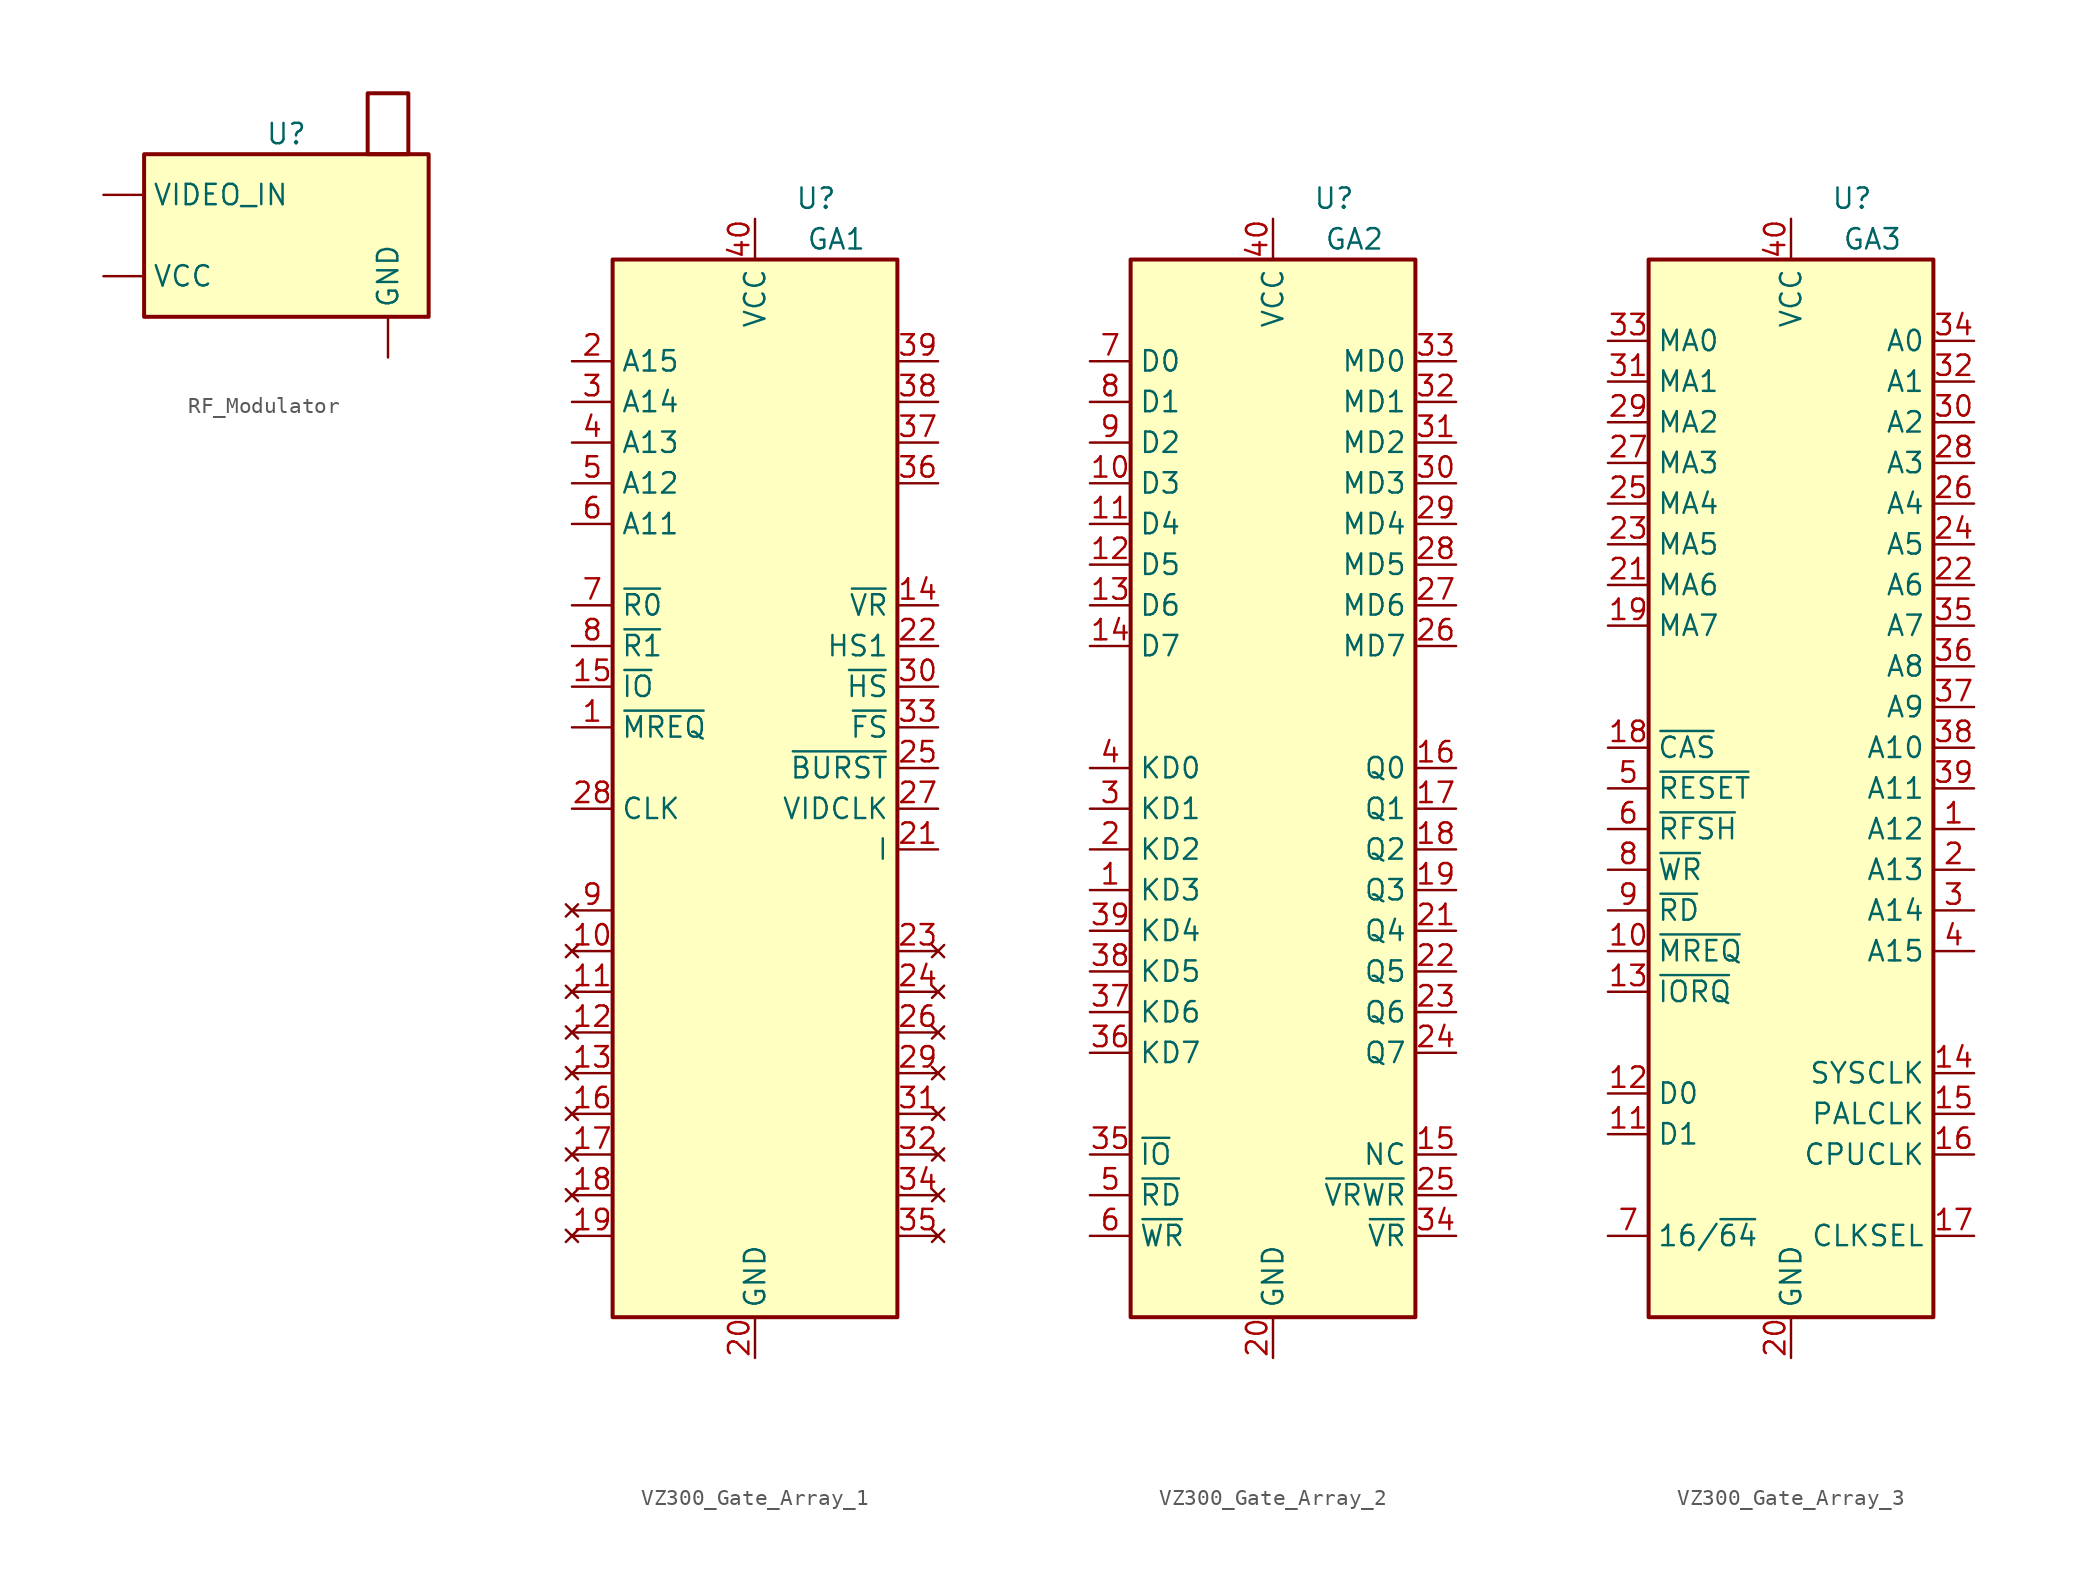
<source format=kicad_sym>
(kicad_symbol_lib
  (version 20220914)
  (generator kicad_symbol_editor)
  (symbol "RF_Modulator"
    (property "Reference" "U"
      (at 0 0 0)
      (effects (font (size 1.27 1.27))))
    (property "Value" ""
      (at 0 0 0)
      (effects (font (size 1.27 1.27))))
    (symbol "RF_Modulator_1_1"
      (rectangle (start -8.89 -1.27) (end 8.89 -11.43) (stroke (width 0.25) (type default)) (fill (type background)))
      (rectangle (start 5.08 2.54) (end 7.62 -1.27) (stroke (width 0.25) (type default)) (fill (type none)))
      (pin input line (at 6.35 -13.97 90) (length 2.54) (name "GND" (effects (font (size 1.27 1.27)))) (number "" (effects (font (size 1.27 1.27)))))
      (pin input line (at -11.43 -8.89 0) (length 2.54) (name "VCC" (effects (font (size 1.27 1.27)))) (number "" (effects (font (size 1.27 1.27)))))
      (pin input line (at -11.43 -3.81 0) (length 2.54) (name "VIDEO_IN" (effects (font (size 1.27 1.27)))) (number "" (effects (font (size 1.27 1.27)))))))
  (symbol "VZ300_Gate_Array_1"
    (property "Reference" "U"
      (at 3.81 3.81 0)
      (effects (font (size 1.27 1.27))))
    (property "Value" "GA1"
      (at 5.08 1.27 0)
      (effects (font (size 1.27 1.27))))
    (symbol "VZ300_Gate_Array_1_1_1"
      (rectangle (start -8.89 0) (end 8.89 -66.04) (stroke (width 0.25) (type default)) (fill (type background)))
      (pin input line (at -11.43 -29.21 0) (length 2.54) (name "~{MREQ}" (effects (font (size 1.27 1.27)))) (number "1" (effects (font (size 1.27 1.27)))))
      (pin no_connect line (at -11.43 -43.18 0) (length 2.54) (name "" (effects (font (size 1.27 1.27)))) (number "10" (effects (font (size 1.27 1.27)))))
      (pin no_connect line (at -11.43 -45.72 0) (length 2.54) (name "" (effects (font (size 1.27 1.27)))) (number "11" (effects (font (size 1.27 1.27)))))
      (pin no_connect line (at -11.43 -48.26 0) (length 2.54) (name "" (effects (font (size 1.27 1.27)))) (number "12" (effects (font (size 1.27 1.27)))))
      (pin no_connect line (at -11.43 -50.8 0) (length 2.54) (name "" (effects (font (size 1.27 1.27)))) (number "13" (effects (font (size 1.27 1.27)))))
      (pin input line (at 11.43 -21.59 180) (length 2.54) (name "~{VR}" (effects (font (size 1.27 1.27)))) (number "14" (effects (font (size 1.27 1.27)))))
      (pin output line (at -11.43 -26.67 0) (length 2.54) (name "~{IO}" (effects (font (size 1.27 1.27)))) (number "15" (effects (font (size 1.27 1.27)))))
      (pin no_connect line (at -11.43 -53.34 0) (length 2.54) (name "" (effects (font (size 1.27 1.27)))) (number "16" (effects (font (size 1.27 1.27)))))
      (pin no_connect line (at -11.43 -55.88 0) (length 2.54) (name "" (effects (font (size 1.27 1.27)))) (number "17" (effects (font (size 1.27 1.27)))))
      (pin no_connect line (at -11.43 -58.42 0) (length 2.54) (name "" (effects (font (size 1.27 1.27)))) (number "18" (effects (font (size 1.27 1.27)))))
      (pin no_connect line (at -11.43 -60.96 0) (length 2.54) (name "" (effects (font (size 1.27 1.27)))) (number "19" (effects (font (size 1.27 1.27)))))
      (pin input line (at -11.43 -6.35 0) (length 2.54) (name "A15" (effects (font (size 1.27 1.27)))) (number "2" (effects (font (size 1.27 1.27)))))
      (pin power_in line (at 0 -68.58 90) (length 2.54) (name "GND" (effects (font (size 1.27 1.27)))) (number "20" (effects (font (size 1.27 1.27)))))
      (pin input line (at 11.43 -36.83 180) (length 2.54) (name "I" (effects (font (size 1.27 1.27)))) (number "21" (effects (font (size 1.27 1.27)))))
      (pin input line (at 11.43 -24.13 180) (length 2.54) (name "HS1" (effects (font (size 1.27 1.27)))) (number "22" (effects (font (size 1.27 1.27)))))
      (pin no_connect line (at 11.43 -43.18 180) (length 2.54) (name "" (effects (font (size 1.27 1.27)))) (number "23" (effects (font (size 1.27 1.27)))))
      (pin no_connect line (at 11.43 -45.72 180) (length 2.54) (name "" (effects (font (size 1.27 1.27)))) (number "24" (effects (font (size 1.27 1.27)))))
      (pin input line (at 11.43 -31.75 180) (length 2.54) (name "~{BURST}" (effects (font (size 1.27 1.27)))) (number "25" (effects (font (size 1.27 1.27)))))
      (pin no_connect line (at 11.43 -48.26 180) (length 2.54) (name "" (effects (font (size 1.27 1.27)))) (number "26" (effects (font (size 1.27 1.27)))))
      (pin output line (at 11.43 -34.29 180) (length 2.54) (name "VIDCLK" (effects (font (size 1.27 1.27)))) (number "27" (effects (font (size 1.27 1.27)))))
      (pin input line (at -11.43 -34.29 0) (length 2.54) (name "CLK" (effects (font (size 1.27 1.27)))) (number "28" (effects (font (size 1.27 1.27)))))
      (pin no_connect line (at 11.43 -50.8 180) (length 2.54) (name "" (effects (font (size 1.27 1.27)))) (number "29" (effects (font (size 1.27 1.27)))))
      (pin input line (at -11.43 -8.89 0) (length 2.54) (name "A14" (effects (font (size 1.27 1.27)))) (number "3" (effects (font (size 1.27 1.27)))))
      (pin input line (at 11.43 -26.67 180) (length 2.54) (name "~{HS}" (effects (font (size 1.27 1.27)))) (number "30" (effects (font (size 1.27 1.27)))))
      (pin no_connect line (at 11.43 -53.34 180) (length 2.54) (name "" (effects (font (size 1.27 1.27)))) (number "31" (effects (font (size 1.27 1.27)))))
      (pin no_connect line (at 11.43 -55.88 180) (length 2.54) (name "" (effects (font (size 1.27 1.27)))) (number "32" (effects (font (size 1.27 1.27)))))
      (pin input line (at 11.43 -29.21 180) (length 2.54) (name "~{FS}" (effects (font (size 1.27 1.27)))) (number "33" (effects (font (size 1.27 1.27)))))
      (pin no_connect line (at 11.43 -58.42 180) (length 2.54) (name "" (effects (font (size 1.27 1.27)))) (number "34" (effects (font (size 1.27 1.27)))))
      (pin no_connect line (at 11.43 -60.96 180) (length 2.54) (name "" (effects (font (size 1.27 1.27)))) (number "35" (effects (font (size 1.27 1.27)))))
      (pin input line (at 11.43 -13.97 180) (length 2.54) (name "" (effects (font (size 1.27 1.27)))) (number "36" (effects (font (size 1.27 1.27)))))
      (pin input line (at 11.43 -11.43 180) (length 2.54) (name "" (effects (font (size 1.27 1.27)))) (number "37" (effects (font (size 1.27 1.27)))))
      (pin input line (at 11.43 -8.89 180) (length 2.54) (name "" (effects (font (size 1.27 1.27)))) (number "38" (effects (font (size 1.27 1.27)))))
      (pin input line (at 11.43 -6.35 180) (length 2.54) (name "" (effects (font (size 1.27 1.27)))) (number "39" (effects (font (size 1.27 1.27)))))
      (pin input line (at -11.43 -11.43 0) (length 2.54) (name "A13" (effects (font (size 1.27 1.27)))) (number "4" (effects (font (size 1.27 1.27)))))
      (pin power_in line (at 0 2.54 270) (length 2.54) (name "VCC" (effects (font (size 1.27 1.27)))) (number "40" (effects (font (size 1.27 1.27)))))
      (pin input line (at -11.43 -13.97 0) (length 2.54) (name "A12" (effects (font (size 1.27 1.27)))) (number "5" (effects (font (size 1.27 1.27)))))
      (pin input line (at -11.43 -16.51 0) (length 2.54) (name "A11" (effects (font (size 1.27 1.27)))) (number "6" (effects (font (size 1.27 1.27)))))
      (pin output line (at -11.43 -21.59 0) (length 2.54) (name "~{R0}" (effects (font (size 1.27 1.27)))) (number "7" (effects (font (size 1.27 1.27)))))
      (pin output line (at -11.43 -24.13 0) (length 2.54) (name "~{R1}" (effects (font (size 1.27 1.27)))) (number "8" (effects (font (size 1.27 1.27)))))
      (pin no_connect line (at -11.43 -40.64 0) (length 2.54) (name "" (effects (font (size 1.27 1.27)))) (number "9" (effects (font (size 1.27 1.27)))))))
  (symbol "VZ300_Gate_Array_2"
    (property "Reference" "U"
      (at 3.81 3.81 0)
      (effects (font (size 1.27 1.27))))
    (property "Value" "GA2"
      (at 5.08 1.27 0)
      (effects (font (size 1.27 1.27))))
    (symbol "VZ300_Gate_Array_2_1_1"
      (rectangle (start -8.89 0) (end 8.89 -66.04) (stroke (width 0.25) (type default)) (fill (type background)))
      (pin input line (at -11.43 -39.37 0) (length 2.54) (name "KD3" (effects (font (size 1.27 1.27)))) (number "1" (effects (font (size 1.27 1.27)))))
      (pin bidirectional line (at -11.43 -13.97 0) (length 2.54) (name "D3" (effects (font (size 1.27 1.27)))) (number "10" (effects (font (size 1.27 1.27)))))
      (pin bidirectional line (at -11.43 -16.51 0) (length 2.54) (name "D4" (effects (font (size 1.27 1.27)))) (number "11" (effects (font (size 1.27 1.27)))))
      (pin bidirectional line (at -11.43 -19.05 0) (length 2.54) (name "D5" (effects (font (size 1.27 1.27)))) (number "12" (effects (font (size 1.27 1.27)))))
      (pin bidirectional line (at -11.43 -21.59 0) (length 2.54) (name "D6" (effects (font (size 1.27 1.27)))) (number "13" (effects (font (size 1.27 1.27)))))
      (pin bidirectional line (at -11.43 -24.13 0) (length 2.54) (name "D7" (effects (font (size 1.27 1.27)))) (number "14" (effects (font (size 1.27 1.27)))))
      (pin output line (at 11.43 -55.88 180) (length 2.54) (name "NC" (effects (font (size 1.27 1.27)))) (number "15" (effects (font (size 1.27 1.27)))))
      (pin output line (at 11.43 -31.75 180) (length 2.54) (name "Q0" (effects (font (size 1.27 1.27)))) (number "16" (effects (font (size 1.27 1.27)))))
      (pin output line (at 11.43 -34.29 180) (length 2.54) (name "Q1" (effects (font (size 1.27 1.27)))) (number "17" (effects (font (size 1.27 1.27)))))
      (pin output line (at 11.43 -36.83 180) (length 2.54) (name "Q2" (effects (font (size 1.27 1.27)))) (number "18" (effects (font (size 1.27 1.27)))))
      (pin output line (at 11.43 -39.37 180) (length 2.54) (name "Q3" (effects (font (size 1.27 1.27)))) (number "19" (effects (font (size 1.27 1.27)))))
      (pin input line (at -11.43 -36.83 0) (length 2.54) (name "KD2" (effects (font (size 1.27 1.27)))) (number "2" (effects (font (size 1.27 1.27)))))
      (pin power_in line (at 0 -68.58 90) (length 2.54) (name "GND" (effects (font (size 1.27 1.27)))) (number "20" (effects (font (size 1.27 1.27)))))
      (pin output line (at 11.43 -41.91 180) (length 2.54) (name "Q4" (effects (font (size 1.27 1.27)))) (number "21" (effects (font (size 1.27 1.27)))))
      (pin output line (at 11.43 -44.45 180) (length 2.54) (name "Q5" (effects (font (size 1.27 1.27)))) (number "22" (effects (font (size 1.27 1.27)))))
      (pin output line (at 11.43 -46.99 180) (length 2.54) (name "Q6" (effects (font (size 1.27 1.27)))) (number "23" (effects (font (size 1.27 1.27)))))
      (pin output line (at 11.43 -49.53 180) (length 2.54) (name "Q7" (effects (font (size 1.27 1.27)))) (number "24" (effects (font (size 1.27 1.27)))))
      (pin output line (at 11.43 -58.42 180) (length 2.54) (name "~{VRWR}" (effects (font (size 1.27 1.27)))) (number "25" (effects (font (size 1.27 1.27)))))
      (pin bidirectional line (at 11.43 -24.13 180) (length 2.54) (name "MD7" (effects (font (size 1.27 1.27)))) (number "26" (effects (font (size 1.27 1.27)))))
      (pin bidirectional line (at 11.43 -21.59 180) (length 2.54) (name "MD6" (effects (font (size 1.27 1.27)))) (number "27" (effects (font (size 1.27 1.27)))))
      (pin bidirectional line (at 11.43 -19.05 180) (length 2.54) (name "MD5" (effects (font (size 1.27 1.27)))) (number "28" (effects (font (size 1.27 1.27)))))
      (pin bidirectional line (at 11.43 -16.51 180) (length 2.54) (name "MD4" (effects (font (size 1.27 1.27)))) (number "29" (effects (font (size 1.27 1.27)))))
      (pin input line (at -11.43 -34.29 0) (length 2.54) (name "KD1" (effects (font (size 1.27 1.27)))) (number "3" (effects (font (size 1.27 1.27)))))
      (pin bidirectional line (at 11.43 -13.97 180) (length 2.54) (name "MD3" (effects (font (size 1.27 1.27)))) (number "30" (effects (font (size 1.27 1.27)))))
      (pin bidirectional line (at 11.43 -11.43 180) (length 2.54) (name "MD2" (effects (font (size 1.27 1.27)))) (number "31" (effects (font (size 1.27 1.27)))))
      (pin bidirectional line (at 11.43 -8.89 180) (length 2.54) (name "MD1" (effects (font (size 1.27 1.27)))) (number "32" (effects (font (size 1.27 1.27)))))
      (pin bidirectional line (at 11.43 -6.35 180) (length 2.54) (name "MD0" (effects (font (size 1.27 1.27)))) (number "33" (effects (font (size 1.27 1.27)))))
      (pin output line (at 11.43 -60.96 180) (length 2.54) (name "~{VR}" (effects (font (size 1.27 1.27)))) (number "34" (effects (font (size 1.27 1.27)))))
      (pin output line (at -11.43 -55.88 0) (length 2.54) (name "~{IO}" (effects (font (size 1.27 1.27)))) (number "35" (effects (font (size 1.27 1.27)))))
      (pin input line (at -11.43 -49.53 0) (length 2.54) (name "KD7" (effects (font (size 1.27 1.27)))) (number "36" (effects (font (size 1.27 1.27)))))
      (pin input line (at -11.43 -46.99 0) (length 2.54) (name "KD6" (effects (font (size 1.27 1.27)))) (number "37" (effects (font (size 1.27 1.27)))))
      (pin input line (at -11.43 -44.45 0) (length 2.54) (name "KD5" (effects (font (size 1.27 1.27)))) (number "38" (effects (font (size 1.27 1.27)))))
      (pin input line (at -11.43 -41.91 0) (length 2.54) (name "KD4" (effects (font (size 1.27 1.27)))) (number "39" (effects (font (size 1.27 1.27)))))
      (pin input line (at -11.43 -31.75 0) (length 2.54) (name "KD0" (effects (font (size 1.27 1.27)))) (number "4" (effects (font (size 1.27 1.27)))))
      (pin power_in line (at 0 2.54 270) (length 2.54) (name "VCC" (effects (font (size 1.27 1.27)))) (number "40" (effects (font (size 1.27 1.27)))))
      (pin input line (at -11.43 -58.42 0) (length 2.54) (name "~{RD}" (effects (font (size 1.27 1.27)))) (number "5" (effects (font (size 1.27 1.27)))))
      (pin input line (at -11.43 -60.96 0) (length 2.54) (name "~{WR}" (effects (font (size 1.27 1.27)))) (number "6" (effects (font (size 1.27 1.27)))))
      (pin bidirectional line (at -11.43 -6.35 0) (length 2.54) (name "D0" (effects (font (size 1.27 1.27)))) (number "7" (effects (font (size 1.27 1.27)))))
      (pin bidirectional line (at -11.43 -8.89 0) (length 2.54) (name "D1" (effects (font (size 1.27 1.27)))) (number "8" (effects (font (size 1.27 1.27)))))
      (pin bidirectional line (at -11.43 -11.43 0) (length 2.54) (name "D2" (effects (font (size 1.27 1.27)))) (number "9" (effects (font (size 1.27 1.27)))))))
  (symbol "VZ300_Gate_Array_3"
    (property "Reference" "U"
      (at 3.81 3.81 0)
      (effects (font (size 1.27 1.27))))
    (property "Value" "GA3"
      (at 5.08 1.27 0)
      (effects (font (size 1.27 1.27))))
    (symbol "VZ300_Gate_Array_3_1_1"
      (rectangle (start -8.89 0) (end 8.89 -66.04) (stroke (width 0.25) (type default)) (fill (type background)))
      (pin input line (at 11.43 -35.56 180) (length 2.54) (name "A12" (effects (font (size 1.27 1.27)))) (number "1" (effects (font (size 1.27 1.27)))))
      (pin input line (at -11.43 -43.18 0) (length 2.54) (name "~{MREQ}" (effects (font (size 1.27 1.27)))) (number "10" (effects (font (size 1.27 1.27)))))
      (pin bidirectional line (at -11.43 -54.61 0) (length 2.54) (name "D1" (effects (font (size 1.27 1.27)))) (number "11" (effects (font (size 1.27 1.27)))))
      (pin bidirectional line (at -11.43 -52.07 0) (length 2.54) (name "D0" (effects (font (size 1.27 1.27)))) (number "12" (effects (font (size 1.27 1.27)))))
      (pin input line (at -11.43 -45.72 0) (length 2.54) (name "~{IORQ}" (effects (font (size 1.27 1.27)))) (number "13" (effects (font (size 1.27 1.27)))))
      (pin input line (at 11.43 -50.8 180) (length 2.54) (name "SYSCLK" (effects (font (size 1.27 1.27)))) (number "14" (effects (font (size 1.27 1.27)))))
      (pin output line (at 11.43 -53.34 180) (length 2.54) (name "PALCLK" (effects (font (size 1.27 1.27)))) (number "15" (effects (font (size 1.27 1.27)))))
      (pin output line (at 11.43 -55.88 180) (length 2.54) (name "CPUCLK" (effects (font (size 1.27 1.27)))) (number "16" (effects (font (size 1.27 1.27)))))
      (pin input line (at 11.43 -60.96 180) (length 2.54) (name "CLKSEL" (effects (font (size 1.27 1.27)))) (number "17" (effects (font (size 1.27 1.27)))))
      (pin output line (at -11.43 -30.48 0) (length 2.54) (name "~{CAS}" (effects (font (size 1.27 1.27)))) (number "18" (effects (font (size 1.27 1.27)))))
      (pin output line (at -11.43 -22.86 0) (length 2.54) (name "MA7" (effects (font (size 1.27 1.27)))) (number "19" (effects (font (size 1.27 1.27)))))
      (pin input line (at 11.43 -38.1 180) (length 2.54) (name "A13" (effects (font (size 1.27 1.27)))) (number "2" (effects (font (size 1.27 1.27)))))
      (pin power_in line (at 0 -68.58 90) (length 2.54) (name "GND" (effects (font (size 1.27 1.27)))) (number "20" (effects (font (size 1.27 1.27)))))
      (pin output line (at -11.43 -20.32 0) (length 2.54) (name "MA6" (effects (font (size 1.27 1.27)))) (number "21" (effects (font (size 1.27 1.27)))))
      (pin input line (at 11.43 -20.32 180) (length 2.54) (name "A6" (effects (font (size 1.27 1.27)))) (number "22" (effects (font (size 1.27 1.27)))))
      (pin output line (at -11.43 -17.78 0) (length 2.54) (name "MA5" (effects (font (size 1.27 1.27)))) (number "23" (effects (font (size 1.27 1.27)))))
      (pin input line (at 11.43 -17.78 180) (length 2.54) (name "A5" (effects (font (size 1.27 1.27)))) (number "24" (effects (font (size 1.27 1.27)))))
      (pin output line (at -11.43 -15.24 0) (length 2.54) (name "MA4" (effects (font (size 1.27 1.27)))) (number "25" (effects (font (size 1.27 1.27)))))
      (pin input line (at 11.43 -15.24 180) (length 2.54) (name "A4" (effects (font (size 1.27 1.27)))) (number "26" (effects (font (size 1.27 1.27)))))
      (pin output line (at -11.43 -12.7 0) (length 2.54) (name "MA3" (effects (font (size 1.27 1.27)))) (number "27" (effects (font (size 1.27 1.27)))))
      (pin input line (at 11.43 -12.7 180) (length 2.54) (name "A3" (effects (font (size 1.27 1.27)))) (number "28" (effects (font (size 1.27 1.27)))))
      (pin output line (at -11.43 -10.16 0) (length 2.54) (name "MA2" (effects (font (size 1.27 1.27)))) (number "29" (effects (font (size 1.27 1.27)))))
      (pin input line (at 11.43 -40.64 180) (length 2.54) (name "A14" (effects (font (size 1.27 1.27)))) (number "3" (effects (font (size 1.27 1.27)))))
      (pin input line (at 11.43 -10.16 180) (length 2.54) (name "A2" (effects (font (size 1.27 1.27)))) (number "30" (effects (font (size 1.27 1.27)))))
      (pin output line (at -11.43 -7.62 0) (length 2.54) (name "MA1" (effects (font (size 1.27 1.27)))) (number "31" (effects (font (size 1.27 1.27)))))
      (pin input line (at 11.43 -7.62 180) (length 2.54) (name "A1" (effects (font (size 1.27 1.27)))) (number "32" (effects (font (size 1.27 1.27)))))
      (pin output line (at -11.43 -5.08 0) (length 2.54) (name "MA0" (effects (font (size 1.27 1.27)))) (number "33" (effects (font (size 1.27 1.27)))))
      (pin input line (at 11.43 -5.08 180) (length 2.54) (name "A0" (effects (font (size 1.27 1.27)))) (number "34" (effects (font (size 1.27 1.27)))))
      (pin input line (at 11.43 -22.86 180) (length 2.54) (name "A7" (effects (font (size 1.27 1.27)))) (number "35" (effects (font (size 1.27 1.27)))))
      (pin input line (at 11.43 -25.4 180) (length 2.54) (name "A8" (effects (font (size 1.27 1.27)))) (number "36" (effects (font (size 1.27 1.27)))))
      (pin input line (at 11.43 -27.94 180) (length 2.54) (name "A9" (effects (font (size 1.27 1.27)))) (number "37" (effects (font (size 1.27 1.27)))))
      (pin input line (at 11.43 -30.48 180) (length 2.54) (name "A10" (effects (font (size 1.27 1.27)))) (number "38" (effects (font (size 1.27 1.27)))))
      (pin input line (at 11.43 -33.02 180) (length 2.54) (name "A11" (effects (font (size 1.27 1.27)))) (number "39" (effects (font (size 1.27 1.27)))))
      (pin input line (at 11.43 -43.18 180) (length 2.54) (name "A15" (effects (font (size 1.27 1.27)))) (number "4" (effects (font (size 1.27 1.27)))))
      (pin power_in line (at 0 2.54 270) (length 2.54) (name "VCC" (effects (font (size 1.27 1.27)))) (number "40" (effects (font (size 1.27 1.27)))))
      (pin input line (at -11.43 -33.02 0) (length 2.54) (name "~{RESET}" (effects (font (size 1.27 1.27)))) (number "5" (effects (font (size 1.27 1.27)))))
      (pin input line (at -11.43 -35.56 0) (length 2.54) (name "~{RFSH}" (effects (font (size 1.27 1.27)))) (number "6" (effects (font (size 1.27 1.27)))))
      (pin input line (at -11.43 -60.96 0) (length 2.54) (name "16/~{64}" (effects (font (size 1.27 1.27)))) (number "7" (effects (font (size 1.27 1.27)))))
      (pin input line (at -11.43 -38.1 0) (length 2.54) (name "~{WR}" (effects (font (size 1.27 1.27)))) (number "8" (effects (font (size 1.27 1.27)))))
      (pin input line (at -11.43 -40.64 0) (length 2.54) (name "~{RD}" (effects (font (size 1.27 1.27)))) (number "9" (effects (font (size 1.27 1.27))))))))
</source>
